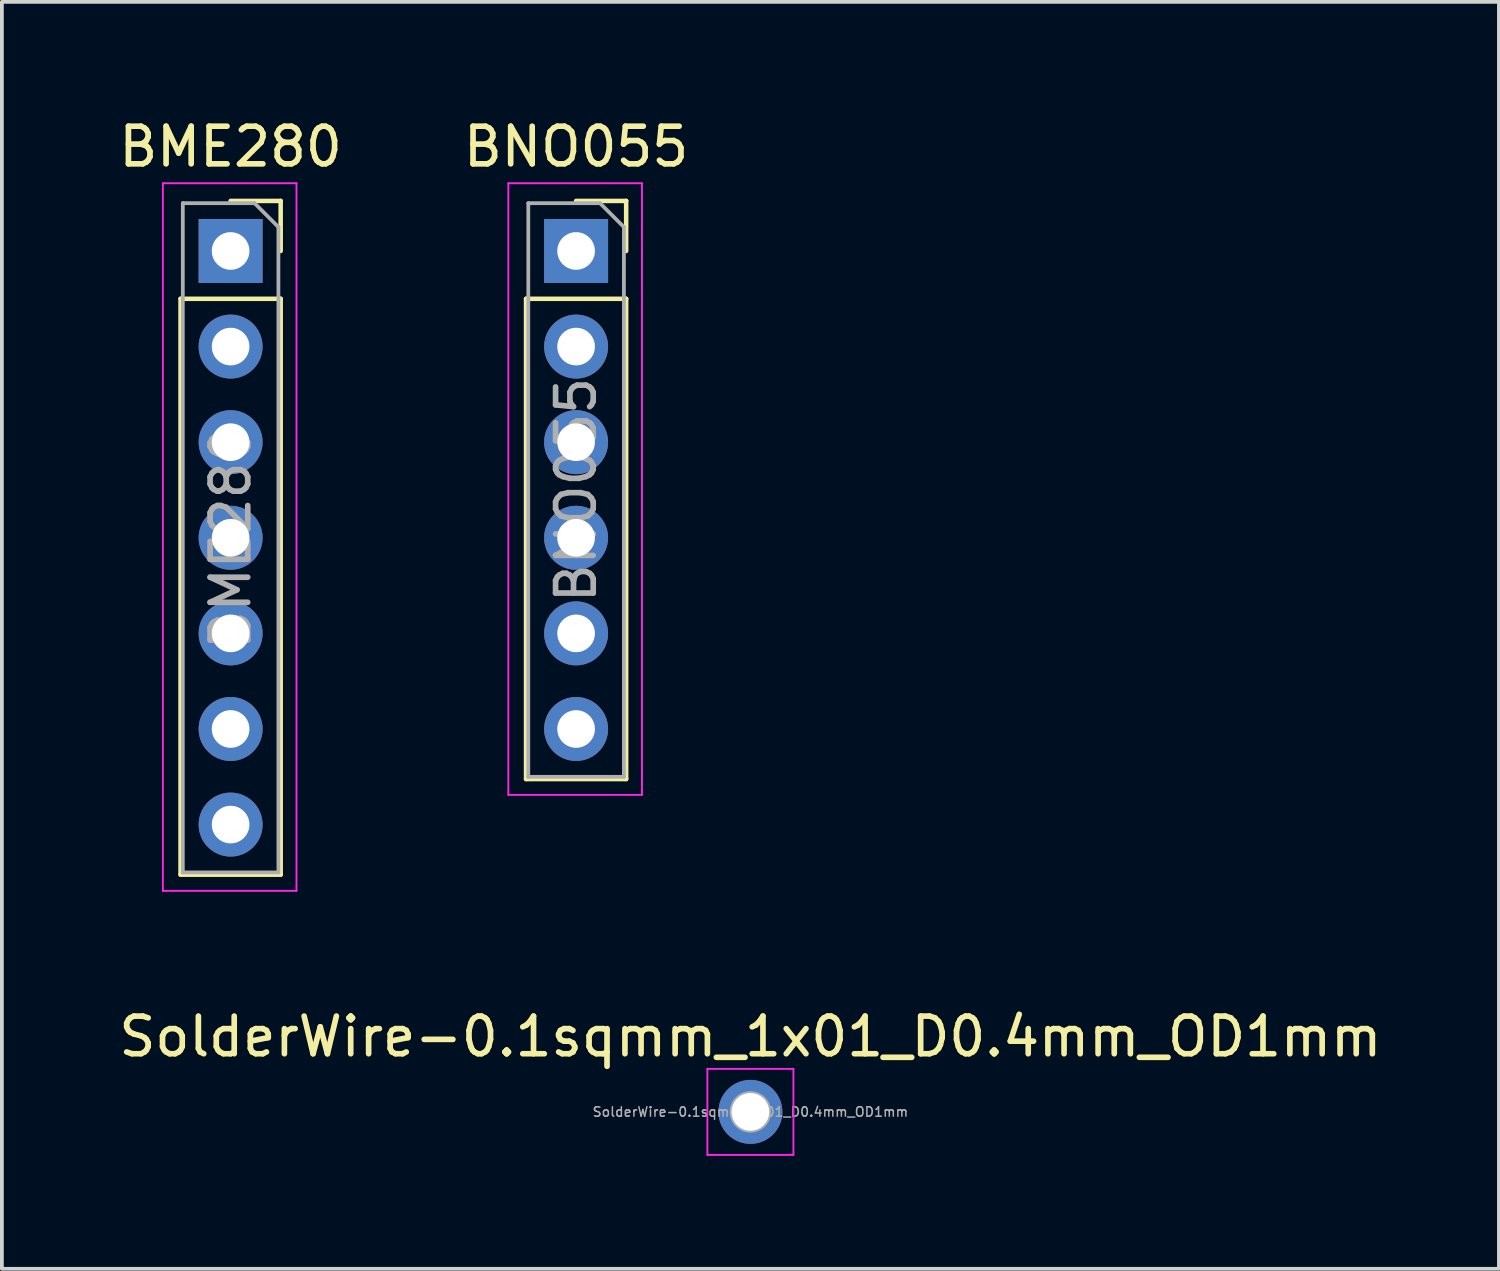
<source format=kicad_pcb>
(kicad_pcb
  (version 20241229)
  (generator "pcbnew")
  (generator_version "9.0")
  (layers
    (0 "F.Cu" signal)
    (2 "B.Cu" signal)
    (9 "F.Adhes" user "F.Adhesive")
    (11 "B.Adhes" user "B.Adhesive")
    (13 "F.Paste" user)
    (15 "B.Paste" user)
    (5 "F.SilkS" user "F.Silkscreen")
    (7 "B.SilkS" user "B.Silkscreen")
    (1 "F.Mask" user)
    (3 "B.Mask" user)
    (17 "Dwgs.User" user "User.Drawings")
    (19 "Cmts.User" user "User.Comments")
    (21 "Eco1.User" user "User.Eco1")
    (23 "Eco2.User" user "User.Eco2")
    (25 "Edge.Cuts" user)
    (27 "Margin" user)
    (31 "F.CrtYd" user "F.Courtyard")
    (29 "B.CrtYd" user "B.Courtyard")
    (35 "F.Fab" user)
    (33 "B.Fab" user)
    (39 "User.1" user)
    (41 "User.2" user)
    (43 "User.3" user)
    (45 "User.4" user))
  (footprint "BME280"
    (layer "F.Cu")
    (at 3.077 3.618)
    (property "Reference" "BME280" (at 0 -2.77 0) (layer "F.SilkS") (effects (font (size 1 1) (thickness 0.15))))
    (attr through_hole)
    (fp_line (start -1.33 1.27) (end -1.33 16.57) (stroke (width 0.12) (type solid)) (layer "F.SilkS"))
    (fp_line (start -1.33 1.27) (end 1.33 1.27) (stroke (width 0.12) (type solid)) (layer "F.SilkS"))
    (fp_line (start -1.33 16.57) (end 1.33 16.57) (stroke (width 0.12) (type solid)) (layer "F.SilkS"))
    (fp_line (start 0 -1.33) (end 1.33 -1.33) (stroke (width 0.12) (type solid)) (layer "F.SilkS"))
    (fp_line (start 1.33 -1.33) (end 1.33 0) (stroke (width 0.12) (type solid)) (layer "F.SilkS"))
    (fp_line (start 1.33 1.27) (end 1.33 16.57) (stroke (width 0.12) (type solid)) (layer "F.SilkS"))
    (fp_line (start -1.8 -1.8) (end 1.75 -1.8) (stroke (width 0.05) (type solid)) (layer "F.CrtYd"))
    (fp_line (start -1.8 17) (end -1.8 -1.8) (stroke (width 0.05) (type solid)) (layer "F.CrtYd"))
    (fp_line (start 1.75 -1.8) (end 1.75 17) (stroke (width 0.05) (type solid)) (layer "F.CrtYd"))
    (fp_line (start 1.75 17) (end -1.8 17) (stroke (width 0.05) (type solid)) (layer "F.CrtYd"))
    (fp_line (start -1.27 -1.27) (end 0.635 -1.27) (stroke (width 0.1) (type solid)) (layer "F.Fab"))
    (fp_line (start -1.27 16.51) (end -1.27 -1.27) (stroke (width 0.1) (type solid)) (layer "F.Fab"))
    (fp_line (start 0.635 -1.27) (end 1.27 -0.635) (stroke (width 0.1) (type solid)) (layer "F.Fab"))
    (fp_line (start 1.27 -0.635) (end 1.27 16.51) (stroke (width 0.1) (type solid)) (layer "F.Fab"))
    (fp_line (start 1.27 16.51) (end -1.27 16.51) (stroke (width 0.1) (type solid)) (layer "F.Fab"))
    (fp_text user "${REFERENCE}" (at 0 7.62 90) (layer "F.Fab") (effects (font (size 1 1) (thickness 0.15))))
    (pad "1" thru_hole rect (at 0 0) (size 1.7 1.7) (drill 1) (layers "*.Cu" "*.Mask"))
    (pad "2" thru_hole oval (at 0 2.54) (size 1.7 1.7) (drill 1) (layers "*.Cu" "*.Mask"))
    (pad "3" thru_hole oval (at 0 5.08) (size 1.7 1.7) (drill 1) (layers "*.Cu" "*.Mask"))
    (pad "4" thru_hole oval (at 0 7.62) (size 1.7 1.7) (drill 1) (layers "*.Cu" "*.Mask"))
    (pad "5" thru_hole oval (at 0 10.16) (size 1.7 1.7) (drill 1) (layers "*.Cu" "*.Mask"))
    (pad "6" thru_hole oval (at 0 12.7) (size 1.7 1.7) (drill 1) (layers "*.Cu" "*.Mask"))
    (pad "7" thru_hole oval (at 0 15.24) (size 1.7 1.7) (drill 1) (layers "*.Cu" "*.Mask")))
  (footprint "BNO055"
    (layer "F.Cu")
    (at 12.256 3.618)
    (property "Reference" "BNO055" (at 0 -2.77 0) (layer "F.SilkS") (effects (font (size 1 1) (thickness 0.15))))
    (attr through_hole)
    (fp_line (start -1.33 1.27) (end -1.33 14.03) (stroke (width 0.12) (type solid)) (layer "F.SilkS"))
    (fp_line (start -1.33 1.27) (end 1.33 1.27) (stroke (width 0.12) (type solid)) (layer "F.SilkS"))
    (fp_line (start -1.33 14.03) (end 1.33 14.03) (stroke (width 0.12) (type solid)) (layer "F.SilkS"))
    (fp_line (start 0 -1.33) (end 1.33 -1.33) (stroke (width 0.12) (type solid)) (layer "F.SilkS"))
    (fp_line (start 1.33 -1.33) (end 1.33 0) (stroke (width 0.12) (type solid)) (layer "F.SilkS"))
    (fp_line (start 1.33 1.27) (end 1.33 14.03) (stroke (width 0.12) (type solid)) (layer "F.SilkS"))
    (fp_line (start -1.8 -1.8) (end 1.75 -1.8) (stroke (width 0.05) (type solid)) (layer "F.CrtYd"))
    (fp_line (start -1.8 14.45) (end -1.8 -1.8) (stroke (width 0.05) (type solid)) (layer "F.CrtYd"))
    (fp_line (start 1.75 -1.8) (end 1.75 14.45) (stroke (width 0.05) (type solid)) (layer "F.CrtYd"))
    (fp_line (start 1.75 14.45) (end -1.8 14.45) (stroke (width 0.05) (type solid)) (layer "F.CrtYd"))
    (fp_line (start -1.27 -1.27) (end 0.635 -1.27) (stroke (width 0.1) (type solid)) (layer "F.Fab"))
    (fp_line (start -1.27 13.97) (end -1.27 -1.27) (stroke (width 0.1) (type solid)) (layer "F.Fab"))
    (fp_line (start 0.635 -1.27) (end 1.27 -0.635) (stroke (width 0.1) (type solid)) (layer "F.Fab"))
    (fp_line (start 1.27 -0.635) (end 1.27 13.97) (stroke (width 0.1) (type solid)) (layer "F.Fab"))
    (fp_line (start 1.27 13.97) (end -1.27 13.97) (stroke (width 0.1) (type solid)) (layer "F.Fab"))
    (fp_text user "${REFERENCE}" (at 0 6.35 90) (layer "F.Fab") (effects (font (size 1 1) (thickness 0.15))))
    (pad "1" thru_hole rect (at 0 0) (size 1.7 1.7) (drill 1) (layers "*.Cu" "*.Mask"))
    (pad "2" thru_hole oval (at 0 2.54) (size 1.7 1.7) (drill 1) (layers "*.Cu" "*.Mask"))
    (pad "3" thru_hole oval (at 0 5.08) (size 1.7 1.7) (drill 1) (layers "*.Cu" "*.Mask"))
    (pad "4" thru_hole oval (at 0 7.62) (size 1.7 1.7) (drill 1) (layers "*.Cu" "*.Mask"))
    (pad "5" thru_hole oval (at 0 10.16) (size 1.7 1.7) (drill 1) (layers "*.Cu" "*.Mask"))
    (pad "6" thru_hole oval (at 0 12.7) (size 1.7 1.7) (drill 1) (layers "*.Cu" "*.Mask")))
  (footprint "SolderWire-0.1sqmm_1x01_D0.4mm_OD1mm"
    (layer "F.Cu")
    (at 16.887 26.491)
    (property "Reference" "SolderWire-0.1sqmm_1x01_D0.4mm_OD1mm" (at 0 -2 0) (layer "F.SilkS") (effects (font (size 1 1) (thickness 0.15))))
    (attr exclude_from_pos_files exclude_from_bom)
    (fp_line (start -1.143 -1.143) (end -1.143 1.143) (stroke (width 0.05) (type solid)) (layer "F.CrtYd"))
    (fp_line (start -1.143 1.143) (end 1.143 1.143) (stroke (width 0.05) (type solid)) (layer "F.CrtYd"))
    (fp_line (start 1.143 -1.143) (end -1.143 -1.143) (stroke (width 0.05) (type solid)) (layer "F.CrtYd"))
    (fp_line (start 1.143 1.143) (end 1.143 -1.143) (stroke (width 0.05) (type solid)) (layer "F.CrtYd"))
    (fp_circle (center 0 0) (end 0.5 0) (stroke (width 0.1) (type solid)) (fill no) (layer "F.Fab"))
    (fp_text user "${REFERENCE}" (at 0 0 0) (layer "F.Fab") (effects (font (size 0.25 0.25) (thickness 0.04))))
    (pad "1" thru_hole circle (at 0 0) (size 1.7 1.7) (drill 1) (layers "*.Cu" "*.Mask")))
  (gr_rect
    (start -3 -3)
    (end 36.774 30.66)
    (stroke (width 0.1) (type default))
    (fill no)
    (layer "Edge.Cuts")))
</source>
